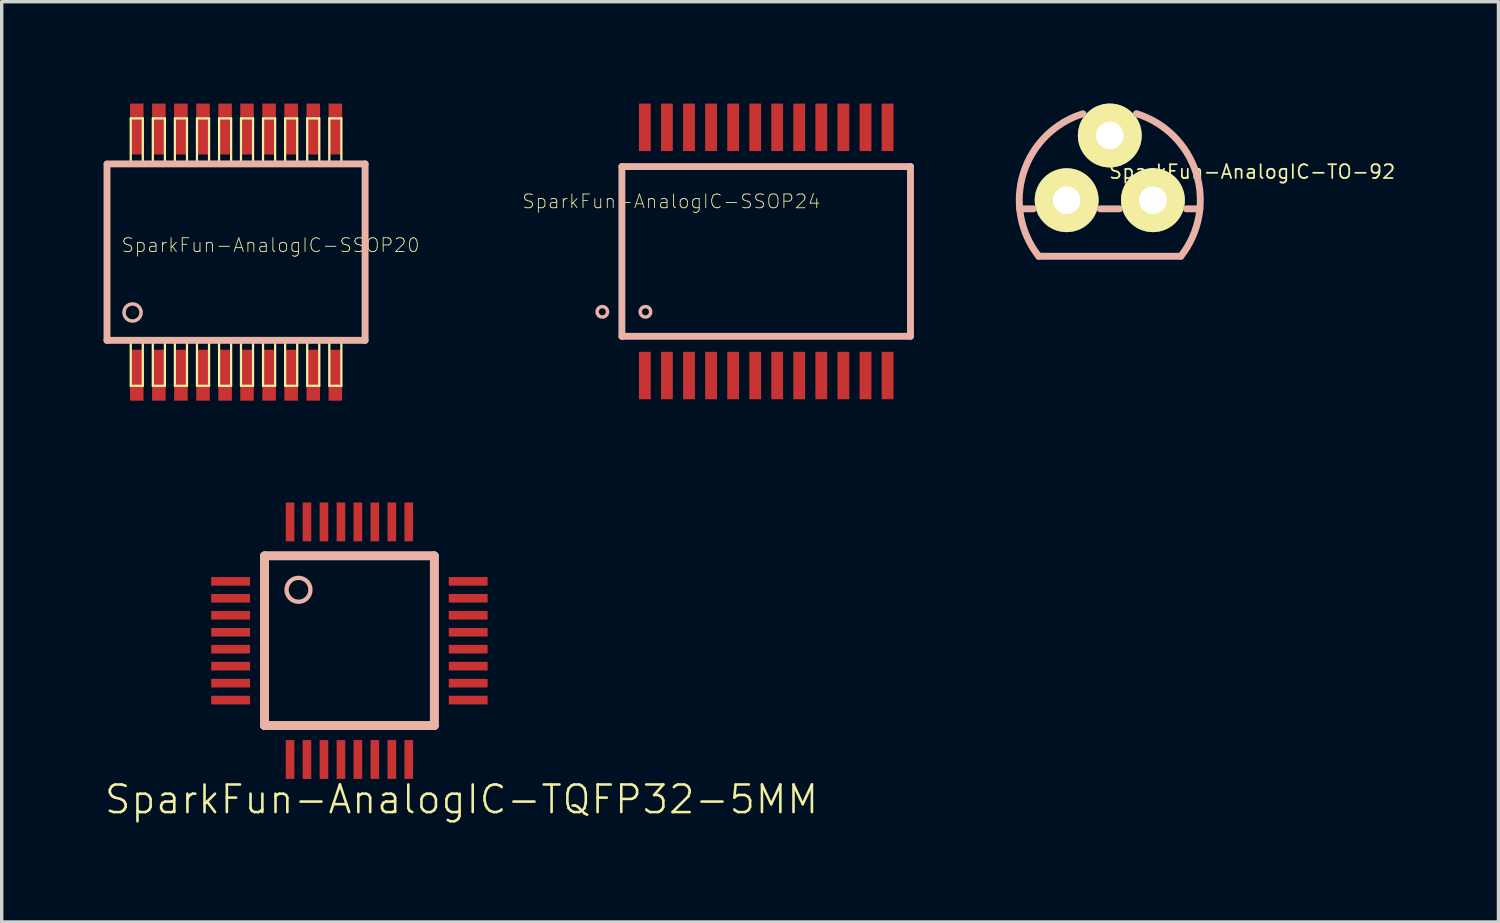
<source format=kicad_pcb>
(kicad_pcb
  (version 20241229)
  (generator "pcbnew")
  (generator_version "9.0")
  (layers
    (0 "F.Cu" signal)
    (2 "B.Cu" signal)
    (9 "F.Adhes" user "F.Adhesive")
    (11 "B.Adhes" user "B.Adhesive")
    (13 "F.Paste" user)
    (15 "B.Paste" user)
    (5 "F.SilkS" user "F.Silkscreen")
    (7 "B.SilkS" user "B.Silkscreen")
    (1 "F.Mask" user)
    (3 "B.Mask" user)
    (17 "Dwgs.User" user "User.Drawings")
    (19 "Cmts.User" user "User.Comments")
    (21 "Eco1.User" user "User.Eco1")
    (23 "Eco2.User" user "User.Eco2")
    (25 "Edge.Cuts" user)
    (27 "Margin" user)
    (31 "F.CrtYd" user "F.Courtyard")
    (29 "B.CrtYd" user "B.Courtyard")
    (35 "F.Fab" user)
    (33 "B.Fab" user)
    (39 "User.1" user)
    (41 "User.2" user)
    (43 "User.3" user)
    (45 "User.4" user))
  (footprint "SparkFun-AnalogIC-SSOP20"
    (layer "F.Cu")
    (at 3.901 4.374)
    (property "Reference" "SparkFun-AnalogIC-SSOP20" (at 1.016 -0.203 0) (layer "F.SilkS") (effects (font (size 0.406 0.406) (thickness 0.025))))
    (attr smd)
    (fp_line (start -3.101 -3.937) (end -2.746 -3.937) (stroke (width 0.066) (type solid)) (layer "F.SilkS"))
    (fp_line (start -3.101 -2.642) (end -3.101 -3.937) (stroke (width 0.066) (type solid)) (layer "F.SilkS"))
    (fp_line (start -3.101 -2.642) (end -2.746 -2.642) (stroke (width 0.066) (type solid)) (layer "F.SilkS"))
    (fp_line (start -3.101 2.642) (end -2.746 2.642) (stroke (width 0.066) (type solid)) (layer "F.SilkS"))
    (fp_line (start -3.101 3.937) (end -3.101 2.642) (stroke (width 0.066) (type solid)) (layer "F.SilkS"))
    (fp_line (start -3.101 3.937) (end -2.746 3.937) (stroke (width 0.066) (type solid)) (layer "F.SilkS"))
    (fp_line (start -2.746 -2.642) (end -2.746 -3.937) (stroke (width 0.066) (type solid)) (layer "F.SilkS"))
    (fp_line (start -2.746 3.937) (end -2.746 2.642) (stroke (width 0.066) (type solid)) (layer "F.SilkS"))
    (fp_line (start -2.451 -3.937) (end -2.095 -3.937) (stroke (width 0.066) (type solid)) (layer "F.SilkS"))
    (fp_line (start -2.451 -2.642) (end -2.451 -3.937) (stroke (width 0.066) (type solid)) (layer "F.SilkS"))
    (fp_line (start -2.451 -2.642) (end -2.095 -2.642) (stroke (width 0.066) (type solid)) (layer "F.SilkS"))
    (fp_line (start -2.451 2.642) (end -2.095 2.642) (stroke (width 0.066) (type solid)) (layer "F.SilkS"))
    (fp_line (start -2.451 3.937) (end -2.451 2.642) (stroke (width 0.066) (type solid)) (layer "F.SilkS"))
    (fp_line (start -2.451 3.937) (end -2.095 3.937) (stroke (width 0.066) (type solid)) (layer "F.SilkS"))
    (fp_line (start -2.095 -2.642) (end -2.095 -3.937) (stroke (width 0.066) (type solid)) (layer "F.SilkS"))
    (fp_line (start -2.095 3.937) (end -2.095 2.642) (stroke (width 0.066) (type solid)) (layer "F.SilkS"))
    (fp_line (start -1.801 -3.937) (end -1.445 -3.937) (stroke (width 0.066) (type solid)) (layer "F.SilkS"))
    (fp_line (start -1.801 -2.642) (end -1.801 -3.937) (stroke (width 0.066) (type solid)) (layer "F.SilkS"))
    (fp_line (start -1.801 -2.642) (end -1.445 -2.642) (stroke (width 0.066) (type solid)) (layer "F.SilkS"))
    (fp_line (start -1.801 2.642) (end -1.445 2.642) (stroke (width 0.066) (type solid)) (layer "F.SilkS"))
    (fp_line (start -1.801 3.937) (end -1.801 2.642) (stroke (width 0.066) (type solid)) (layer "F.SilkS"))
    (fp_line (start -1.801 3.937) (end -1.445 3.937) (stroke (width 0.066) (type solid)) (layer "F.SilkS"))
    (fp_line (start -1.445 -2.642) (end -1.445 -3.937) (stroke (width 0.066) (type solid)) (layer "F.SilkS"))
    (fp_line (start -1.445 3.937) (end -1.445 2.642) (stroke (width 0.066) (type solid)) (layer "F.SilkS"))
    (fp_line (start -1.151 -3.937) (end -0.795 -3.937) (stroke (width 0.066) (type solid)) (layer "F.SilkS"))
    (fp_line (start -1.151 -2.642) (end -1.151 -3.937) (stroke (width 0.066) (type solid)) (layer "F.SilkS"))
    (fp_line (start -1.151 -2.642) (end -0.795 -2.642) (stroke (width 0.066) (type solid)) (layer "F.SilkS"))
    (fp_line (start -1.151 2.642) (end -0.795 2.642) (stroke (width 0.066) (type solid)) (layer "F.SilkS"))
    (fp_line (start -1.151 3.937) (end -1.151 2.642) (stroke (width 0.066) (type solid)) (layer "F.SilkS"))
    (fp_line (start -1.151 3.937) (end -0.795 3.937) (stroke (width 0.066) (type solid)) (layer "F.SilkS"))
    (fp_line (start -0.795 -2.642) (end -0.795 -3.937) (stroke (width 0.066) (type solid)) (layer "F.SilkS"))
    (fp_line (start -0.795 3.937) (end -0.795 2.642) (stroke (width 0.066) (type solid)) (layer "F.SilkS"))
    (fp_line (start -0.5 -3.937) (end -0.145 -3.937) (stroke (width 0.066) (type solid)) (layer "F.SilkS"))
    (fp_line (start -0.5 -2.642) (end -0.5 -3.937) (stroke (width 0.066) (type solid)) (layer "F.SilkS"))
    (fp_line (start -0.5 -2.642) (end -0.145 -2.642) (stroke (width 0.066) (type solid)) (layer "F.SilkS"))
    (fp_line (start -0.5 2.642) (end -0.145 2.642) (stroke (width 0.066) (type solid)) (layer "F.SilkS"))
    (fp_line (start -0.5 3.937) (end -0.5 2.642) (stroke (width 0.066) (type solid)) (layer "F.SilkS"))
    (fp_line (start -0.5 3.937) (end -0.145 3.937) (stroke (width 0.066) (type solid)) (layer "F.SilkS"))
    (fp_line (start -0.145 -2.642) (end -0.145 -3.937) (stroke (width 0.066) (type solid)) (layer "F.SilkS"))
    (fp_line (start -0.145 3.937) (end -0.145 2.642) (stroke (width 0.066) (type solid)) (layer "F.SilkS"))
    (fp_line (start 0.145 -3.937) (end 0.5 -3.937) (stroke (width 0.066) (type solid)) (layer "F.SilkS"))
    (fp_line (start 0.145 -2.642) (end 0.145 -3.937) (stroke (width 0.066) (type solid)) (layer "F.SilkS"))
    (fp_line (start 0.145 -2.642) (end 0.5 -2.642) (stroke (width 0.066) (type solid)) (layer "F.SilkS"))
    (fp_line (start 0.145 2.642) (end 0.5 2.642) (stroke (width 0.066) (type solid)) (layer "F.SilkS"))
    (fp_line (start 0.145 3.937) (end 0.145 2.642) (stroke (width 0.066) (type solid)) (layer "F.SilkS"))
    (fp_line (start 0.145 3.937) (end 0.5 3.937) (stroke (width 0.066) (type solid)) (layer "F.SilkS"))
    (fp_line (start 0.5 -2.642) (end 0.5 -3.937) (stroke (width 0.066) (type solid)) (layer "F.SilkS"))
    (fp_line (start 0.5 3.937) (end 0.5 2.642) (stroke (width 0.066) (type solid)) (layer "F.SilkS"))
    (fp_line (start 0.795 -3.937) (end 1.151 -3.937) (stroke (width 0.066) (type solid)) (layer "F.SilkS"))
    (fp_line (start 0.795 -2.642) (end 0.795 -3.937) (stroke (width 0.066) (type solid)) (layer "F.SilkS"))
    (fp_line (start 0.795 -2.642) (end 1.151 -2.642) (stroke (width 0.066) (type solid)) (layer "F.SilkS"))
    (fp_line (start 0.795 2.642) (end 1.151 2.642) (stroke (width 0.066) (type solid)) (layer "F.SilkS"))
    (fp_line (start 0.795 3.937) (end 0.795 2.642) (stroke (width 0.066) (type solid)) (layer "F.SilkS"))
    (fp_line (start 0.795 3.937) (end 1.151 3.937) (stroke (width 0.066) (type solid)) (layer "F.SilkS"))
    (fp_line (start 1.151 -2.642) (end 1.151 -3.937) (stroke (width 0.066) (type solid)) (layer "F.SilkS"))
    (fp_line (start 1.151 3.937) (end 1.151 2.642) (stroke (width 0.066) (type solid)) (layer "F.SilkS"))
    (fp_line (start 1.445 -3.937) (end 1.801 -3.937) (stroke (width 0.066) (type solid)) (layer "F.SilkS"))
    (fp_line (start 1.445 -2.642) (end 1.445 -3.937) (stroke (width 0.066) (type solid)) (layer "F.SilkS"))
    (fp_line (start 1.445 -2.642) (end 1.801 -2.642) (stroke (width 0.066) (type solid)) (layer "F.SilkS"))
    (fp_line (start 1.445 2.642) (end 1.801 2.642) (stroke (width 0.066) (type solid)) (layer "F.SilkS"))
    (fp_line (start 1.445 3.937) (end 1.445 2.642) (stroke (width 0.066) (type solid)) (layer "F.SilkS"))
    (fp_line (start 1.445 3.937) (end 1.801 3.937) (stroke (width 0.066) (type solid)) (layer "F.SilkS"))
    (fp_line (start 1.801 -2.642) (end 1.801 -3.937) (stroke (width 0.066) (type solid)) (layer "F.SilkS"))
    (fp_line (start 1.801 3.937) (end 1.801 2.642) (stroke (width 0.066) (type solid)) (layer "F.SilkS"))
    (fp_line (start 2.095 -3.937) (end 2.451 -3.937) (stroke (width 0.066) (type solid)) (layer "F.SilkS"))
    (fp_line (start 2.095 -2.642) (end 2.095 -3.937) (stroke (width 0.066) (type solid)) (layer "F.SilkS"))
    (fp_line (start 2.095 -2.642) (end 2.451 -2.642) (stroke (width 0.066) (type solid)) (layer "F.SilkS"))
    (fp_line (start 2.095 2.642) (end 2.451 2.642) (stroke (width 0.066) (type solid)) (layer "F.SilkS"))
    (fp_line (start 2.095 3.937) (end 2.095 2.642) (stroke (width 0.066) (type solid)) (layer "F.SilkS"))
    (fp_line (start 2.095 3.937) (end 2.451 3.937) (stroke (width 0.066) (type solid)) (layer "F.SilkS"))
    (fp_line (start 2.451 -2.642) (end 2.451 -3.937) (stroke (width 0.066) (type solid)) (layer "F.SilkS"))
    (fp_line (start 2.451 3.937) (end 2.451 2.642) (stroke (width 0.066) (type solid)) (layer "F.SilkS"))
    (fp_line (start 2.746 -3.937) (end 3.101 -3.937) (stroke (width 0.066) (type solid)) (layer "F.SilkS"))
    (fp_line (start 2.746 -2.642) (end 2.746 -3.937) (stroke (width 0.066) (type solid)) (layer "F.SilkS"))
    (fp_line (start 2.746 -2.642) (end 3.101 -2.642) (stroke (width 0.066) (type solid)) (layer "F.SilkS"))
    (fp_line (start 2.746 2.642) (end 3.101 2.642) (stroke (width 0.066) (type solid)) (layer "F.SilkS"))
    (fp_line (start 2.746 3.937) (end 2.746 2.642) (stroke (width 0.066) (type solid)) (layer "F.SilkS"))
    (fp_line (start 2.746 3.937) (end 3.101 3.937) (stroke (width 0.066) (type solid)) (layer "F.SilkS"))
    (fp_line (start 3.101 -2.642) (end 3.101 -3.937) (stroke (width 0.066) (type solid)) (layer "F.SilkS"))
    (fp_line (start 3.101 3.937) (end 3.101 2.642) (stroke (width 0.066) (type solid)) (layer "F.SilkS"))
    (fp_line (start -3.823 -2.573) (end -3.8 -2.573) (stroke (width 0.127) (type solid)) (layer "B.SilkS"))
    (fp_line (start -3.8 -2.573) (end -3.8 2.598) (stroke (width 0.203) (type solid)) (layer "B.SilkS"))
    (fp_line (start -3.8 2.598) (end 3.8 2.598) (stroke (width 0.203) (type solid)) (layer "B.SilkS"))
    (fp_line (start 3.8 -2.598) (end -3.8 -2.598) (stroke (width 0.203) (type solid)) (layer "B.SilkS"))
    (fp_line (start 3.8 2.598) (end 3.8 -2.598) (stroke (width 0.203) (type solid)) (layer "B.SilkS"))
    (fp_circle (center -3.048 1.778) (end -3.226 1.956) (stroke (width 0.102) (type solid)) (fill no) (layer "B.SilkS"))
    (pad "1" smd rect (at -2.924 3.625) (size 0.399 1.499) (layers "F.Cu" "F.Mask" "F.Paste"))
    (pad "2" smd rect (at -2.273 3.625) (size 0.399 1.499) (layers "F.Cu" "F.Mask" "F.Paste"))
    (pad "3" smd rect (at -1.623 3.625) (size 0.399 1.499) (layers "F.Cu" "F.Mask" "F.Paste"))
    (pad "4" smd rect (at -0.973 3.625) (size 0.399 1.499) (layers "F.Cu" "F.Mask" "F.Paste"))
    (pad "5" smd rect (at -0.323 3.625) (size 0.399 1.499) (layers "F.Cu" "F.Mask" "F.Paste"))
    (pad "6" smd rect (at 0.323 3.625) (size 0.399 1.499) (layers "F.Cu" "F.Mask" "F.Paste"))
    (pad "7" smd rect (at 0.973 3.625) (size 0.399 1.499) (layers "F.Cu" "F.Mask" "F.Paste"))
    (pad "8" smd rect (at 1.623 3.625) (size 0.399 1.499) (layers "F.Cu" "F.Mask" "F.Paste"))
    (pad "9" smd rect (at 2.273 3.625) (size 0.399 1.499) (layers "F.Cu" "F.Mask" "F.Paste"))
    (pad "10" smd rect (at 2.924 3.625) (size 0.399 1.499) (layers "F.Cu" "F.Mask" "F.Paste"))
    (pad "11" smd rect (at 2.924 -3.625) (size 0.399 1.499) (layers "F.Cu" "F.Mask" "F.Paste"))
    (pad "12" smd rect (at 2.273 -3.625) (size 0.399 1.499) (layers "F.Cu" "F.Mask" "F.Paste"))
    (pad "13" smd rect (at 1.623 -3.625) (size 0.399 1.499) (layers "F.Cu" "F.Mask" "F.Paste"))
    (pad "14" smd rect (at 0.973 -3.625) (size 0.399 1.499) (layers "F.Cu" "F.Mask" "F.Paste"))
    (pad "15" smd rect (at 0.323 -3.625) (size 0.399 1.499) (layers "F.Cu" "F.Mask" "F.Paste"))
    (pad "16" smd rect (at -0.323 -3.625) (size 0.399 1.499) (layers "F.Cu" "F.Mask" "F.Paste"))
    (pad "17" smd rect (at -0.973 -3.625) (size 0.399 1.499) (layers "F.Cu" "F.Mask" "F.Paste"))
    (pad "18" smd rect (at -1.623 -3.625) (size 0.399 1.499) (layers "F.Cu" "F.Mask" "F.Paste"))
    (pad "19" smd rect (at -2.273 -3.625) (size 0.399 1.499) (layers "F.Cu" "F.Mask" "F.Paste"))
    (pad "20" smd rect (at -2.924 -3.625) (size 0.399 1.499) (layers "F.Cu" "F.Mask" "F.Paste")))
  (footprint "SparkFun-AnalogIC-TQFP32-5MM"
    (layer "F.Cu")
    (at 7.239 15.817)
    (property "Reference" "SparkFun-AnalogIC-TQFP32-5MM" (at 3.302 4.674 0) (layer "F.SilkS") (effects (font (size 0.813 0.813) (thickness 0.076))))
    (attr smd)
    (fp_line (start -2.499 -2.499) (end -2.499 2.499) (stroke (width 0.254) (type solid)) (layer "F.SilkS"))
    (fp_line (start -2.499 2.499) (end 2.499 2.499) (stroke (width 0.254) (type solid)) (layer "F.SilkS"))
    (fp_line (start 2.499 -2.499) (end -2.499 -2.499) (stroke (width 0.254) (type solid)) (layer "F.SilkS"))
    (fp_line (start 2.499 2.499) (end 2.499 -2.499) (stroke (width 0.254) (type solid)) (layer "F.SilkS"))
    (fp_line (start -2.499 -2.499) (end -2.499 2.499) (stroke (width 0.254) (type solid)) (layer "B.SilkS"))
    (fp_line (start -2.499 2.499) (end 2.499 2.499) (stroke (width 0.254) (type solid)) (layer "B.SilkS"))
    (fp_line (start 2.499 -2.499) (end -2.499 -2.499) (stroke (width 0.254) (type solid)) (layer "B.SilkS"))
    (fp_line (start 2.499 2.499) (end 2.499 -2.499) (stroke (width 0.254) (type solid)) (layer "B.SilkS"))
    (fp_circle (center -1.499 -1.499) (end -1.748 -1.748) (stroke (width 0.127) (type solid)) (fill no) (layer "B.SilkS"))
    (pad "1" smd rect (at -3.498 -1.748) (size 1.143 0.254) (layers "F.Cu" "F.Mask" "F.Paste"))
    (pad "2" smd rect (at -3.498 -1.25) (size 1.143 0.254) (layers "F.Cu" "F.Mask" "F.Paste"))
    (pad "3" smd rect (at -3.498 -0.749) (size 1.143 0.254) (layers "F.Cu" "F.Mask" "F.Paste"))
    (pad "4" smd rect (at -3.498 -0.249) (size 1.143 0.254) (layers "F.Cu" "F.Mask" "F.Paste"))
    (pad "5" smd rect (at -3.498 0.249) (size 1.143 0.254) (layers "F.Cu" "F.Mask" "F.Paste"))
    (pad "6" smd rect (at -3.498 0.749) (size 1.143 0.254) (layers "F.Cu" "F.Mask" "F.Paste"))
    (pad "7" smd rect (at -3.498 1.25) (size 1.143 0.254) (layers "F.Cu" "F.Mask" "F.Paste"))
    (pad "8" smd rect (at -3.498 1.748) (size 1.143 0.254) (layers "F.Cu" "F.Mask" "F.Paste"))
    (pad "9" smd rect (at -1.748 3.498 90) (size 1.143 0.254) (layers "F.Cu" "F.Mask" "F.Paste"))
    (pad "10" smd rect (at -1.25 3.498 90) (size 1.143 0.254) (layers "F.Cu" "F.Mask" "F.Paste"))
    (pad "11" smd rect (at -0.749 3.498 90) (size 1.143 0.254) (layers "F.Cu" "F.Mask" "F.Paste"))
    (pad "12" smd rect (at -0.249 3.498 90) (size 1.143 0.254) (layers "F.Cu" "F.Mask" "F.Paste"))
    (pad "13" smd rect (at 0.249 3.498 90) (size 1.143 0.254) (layers "F.Cu" "F.Mask" "F.Paste"))
    (pad "14" smd rect (at 0.749 3.498 90) (size 1.143 0.254) (layers "F.Cu" "F.Mask" "F.Paste"))
    (pad "15" smd rect (at 1.25 3.498 90) (size 1.143 0.254) (layers "F.Cu" "F.Mask" "F.Paste"))
    (pad "16" smd rect (at 1.748 3.498 90) (size 1.143 0.254) (layers "F.Cu" "F.Mask" "F.Paste"))
    (pad "17" smd rect (at 3.498 1.748 180) (size 1.143 0.254) (layers "F.Cu" "F.Mask" "F.Paste"))
    (pad "18" smd rect (at 3.498 1.25 180) (size 1.143 0.254) (layers "F.Cu" "F.Mask" "F.Paste"))
    (pad "19" smd rect (at 3.498 0.749 180) (size 1.143 0.254) (layers "F.Cu" "F.Mask" "F.Paste"))
    (pad "20" smd rect (at 3.498 0.249 180) (size 1.143 0.254) (layers "F.Cu" "F.Mask" "F.Paste"))
    (pad "21" smd rect (at 3.498 -0.249 180) (size 1.143 0.254) (layers "F.Cu" "F.Mask" "F.Paste"))
    (pad "22" smd rect (at 3.498 -0.749 180) (size 1.143 0.254) (layers "F.Cu" "F.Mask" "F.Paste"))
    (pad "23" smd rect (at 3.498 -1.25 180) (size 1.143 0.254) (layers "F.Cu" "F.Mask" "F.Paste"))
    (pad "24" smd rect (at 3.498 -1.748 180) (size 1.143 0.254) (layers "F.Cu" "F.Mask" "F.Paste"))
    (pad "25" smd rect (at 1.748 -3.498 270) (size 1.143 0.254) (layers "F.Cu" "F.Mask" "F.Paste"))
    (pad "26" smd rect (at 1.25 -3.498 270) (size 1.143 0.254) (layers "F.Cu" "F.Mask" "F.Paste"))
    (pad "27" smd rect (at 0.749 -3.498 270) (size 1.143 0.254) (layers "F.Cu" "F.Mask" "F.Paste"))
    (pad "28" smd rect (at 0.249 -3.498 270) (size 1.143 0.254) (layers "F.Cu" "F.Mask" "F.Paste"))
    (pad "29" smd rect (at -0.249 -3.498 270) (size 1.143 0.254) (layers "F.Cu" "F.Mask" "F.Paste"))
    (pad "30" smd rect (at -0.749 -3.498 270) (size 1.143 0.254) (layers "F.Cu" "F.Mask" "F.Paste"))
    (pad "31" smd rect (at -1.25 -3.498 270) (size 1.143 0.254) (layers "F.Cu" "F.Mask" "F.Paste"))
    (pad "32" smd rect (at -1.748 -3.498 270) (size 1.143 0.254) (layers "F.Cu" "F.Mask" "F.Paste")))
  (footprint "SparkFun-AnalogIC-SSOP24"
    (layer "F.Cu")
    (at 19.512 4.354)
    (property "Reference" "SparkFun-AnalogIC-SSOP24" (at -2.794 -1.473 0) (layer "F.SilkS") (effects (font (size 0.406 0.406) (thickness 0.025))))
    (attr smd)
    (fp_line (start -4.249 -2.499) (end 4.249 -2.499) (stroke (width 0.203) (type solid)) (layer "B.SilkS"))
    (fp_line (start -4.249 2.499) (end -4.249 -2.499) (stroke (width 0.203) (type solid)) (layer "B.SilkS"))
    (fp_line (start 4.249 -2.499) (end 4.249 2.499) (stroke (width 0.203) (type solid)) (layer "B.SilkS"))
    (fp_line (start 4.249 2.499) (end -4.249 2.499) (stroke (width 0.203) (type solid)) (layer "B.SilkS"))
    (fp_circle (center -4.826 1.778) (end -4.935 1.887) (stroke (width 0.102) (type solid)) (fill no) (layer "B.SilkS"))
    (fp_circle (center -3.556 1.778) (end -3.665 1.887) (stroke (width 0.102) (type solid)) (fill no) (layer "B.SilkS"))
    (pad "1" smd rect (at -3.574 3.655) (size 0.348 1.397) (layers "F.Cu" "F.Mask" "F.Paste"))
    (pad "2" smd rect (at -2.924 3.655) (size 0.348 1.397) (layers "F.Cu" "F.Mask" "F.Paste"))
    (pad "3" smd rect (at -2.273 3.655) (size 0.348 1.397) (layers "F.Cu" "F.Mask" "F.Paste"))
    (pad "4" smd rect (at -1.623 3.655) (size 0.348 1.397) (layers "F.Cu" "F.Mask" "F.Paste"))
    (pad "5" smd rect (at -0.973 3.655) (size 0.348 1.397) (layers "F.Cu" "F.Mask" "F.Paste"))
    (pad "6" smd rect (at -0.323 3.655) (size 0.348 1.397) (layers "F.Cu" "F.Mask" "F.Paste"))
    (pad "7" smd rect (at 0.323 3.655) (size 0.348 1.397) (layers "F.Cu" "F.Mask" "F.Paste"))
    (pad "8" smd rect (at 0.973 3.655) (size 0.348 1.397) (layers "F.Cu" "F.Mask" "F.Paste"))
    (pad "9" smd rect (at 1.623 3.655) (size 0.348 1.397) (layers "F.Cu" "F.Mask" "F.Paste"))
    (pad "10" smd rect (at 2.273 3.655) (size 0.348 1.397) (layers "F.Cu" "F.Mask" "F.Paste"))
    (pad "11" smd rect (at 2.924 3.655) (size 0.348 1.397) (layers "F.Cu" "F.Mask" "F.Paste"))
    (pad "12" smd rect (at 3.574 3.655) (size 0.348 1.397) (layers "F.Cu" "F.Mask" "F.Paste"))
    (pad "13" smd rect (at 3.574 -3.655 180) (size 0.348 1.397) (layers "F.Cu" "F.Mask" "F.Paste"))
    (pad "14" smd rect (at 2.924 -3.655 180) (size 0.348 1.397) (layers "F.Cu" "F.Mask" "F.Paste"))
    (pad "15" smd rect (at 2.273 -3.655) (size 0.348 1.397) (layers "F.Cu" "F.Mask" "F.Paste"))
    (pad "16" smd rect (at 1.623 -3.655) (size 0.348 1.397) (layers "F.Cu" "F.Mask" "F.Paste"))
    (pad "17" smd rect (at 0.973 -3.655) (size 0.348 1.397) (layers "F.Cu" "F.Mask" "F.Paste"))
    (pad "18" smd rect (at 0.323 -3.655) (size 0.348 1.397) (layers "F.Cu" "F.Mask" "F.Paste"))
    (pad "19" smd rect (at -0.323 -3.655) (size 0.348 1.397) (layers "F.Cu" "F.Mask" "F.Paste"))
    (pad "20" smd rect (at -0.973 -3.655) (size 0.348 1.397) (layers "F.Cu" "F.Mask" "F.Paste"))
    (pad "21" smd rect (at -1.623 -3.655) (size 0.348 1.397) (layers "F.Cu" "F.Mask" "F.Paste"))
    (pad "22" smd rect (at -2.273 -3.655) (size 0.348 1.397) (layers "F.Cu" "F.Mask" "F.Paste"))
    (pad "23" smd rect (at -2.924 -3.655) (size 0.348 1.397) (layers "F.Cu" "F.Mask" "F.Paste"))
    (pad "24" smd rect (at -3.574 -3.655) (size 0.348 1.397) (layers "F.Cu" "F.Mask" "F.Paste")))
  (footprint "SparkFun-AnalogIC-TO-92"
    (layer "F.Cu")
    (at 29.63 2.845)
    (property "Reference" "SparkFun-AnalogIC-TO-92" (at 4.191 -0.838 0) (layer "F.SilkS") (effects (font (size 0.406 0.406) (thickness 0.051))))
    (attr exclude_from_pos_files exclude_from_bom)
    (fp_line (start -2.654 0.254) (end -2.253 0.254) (stroke (width 0.203) (type solid)) (layer "B.SilkS"))
    (fp_line (start -2.093 1.651) (end 2.093 1.651) (stroke (width 0.203) (type solid)) (layer "B.SilkS"))
    (fp_line (start -0.284 0.254) (end 0.284 0.254) (stroke (width 0.203) (type solid)) (layer "B.SilkS"))
    (fp_line (start 2.253 0.254) (end 2.654 0.254) (stroke (width 0.203) (type solid)) (layer "B.SilkS"))
    (fp_arc (start -2.09296 1.651) (mid -2.546098 -0.789726) (end -0.791292 -2.545612) (stroke (width 0.2032) (type solid)) (layer "B.SilkS"))
    (fp_arc (start 0.78486 -2.54762) (mid 2.54411 -0.796164) (end 2.097139 1.645715) (stroke (width 0.2032) (type solid)) (layer "B.SilkS"))
    (pad "1" thru_hole circle (at -1.27 0) (size 1.88 1.88) (drill 0.813) (layers "*.Cu" "F.Mask" "F.SilkS" "F.Paste"))
    (pad "2" thru_hole circle (at 0 -1.905) (size 1.88 1.88) (drill 0.813) (layers "*.Cu" "F.Mask" "F.SilkS" "F.Paste"))
    (pad "3" thru_hole circle (at 1.27 0) (size 1.88 1.88) (drill 0.813) (layers "*.Cu" "F.Mask" "F.SilkS" "F.Paste")))
  (gr_rect
    (start -3 -3)
    (end 41.075 24.1)
    (stroke (width 0.1) (type default))
    (fill no)
    (layer "Edge.Cuts")))
</source>
